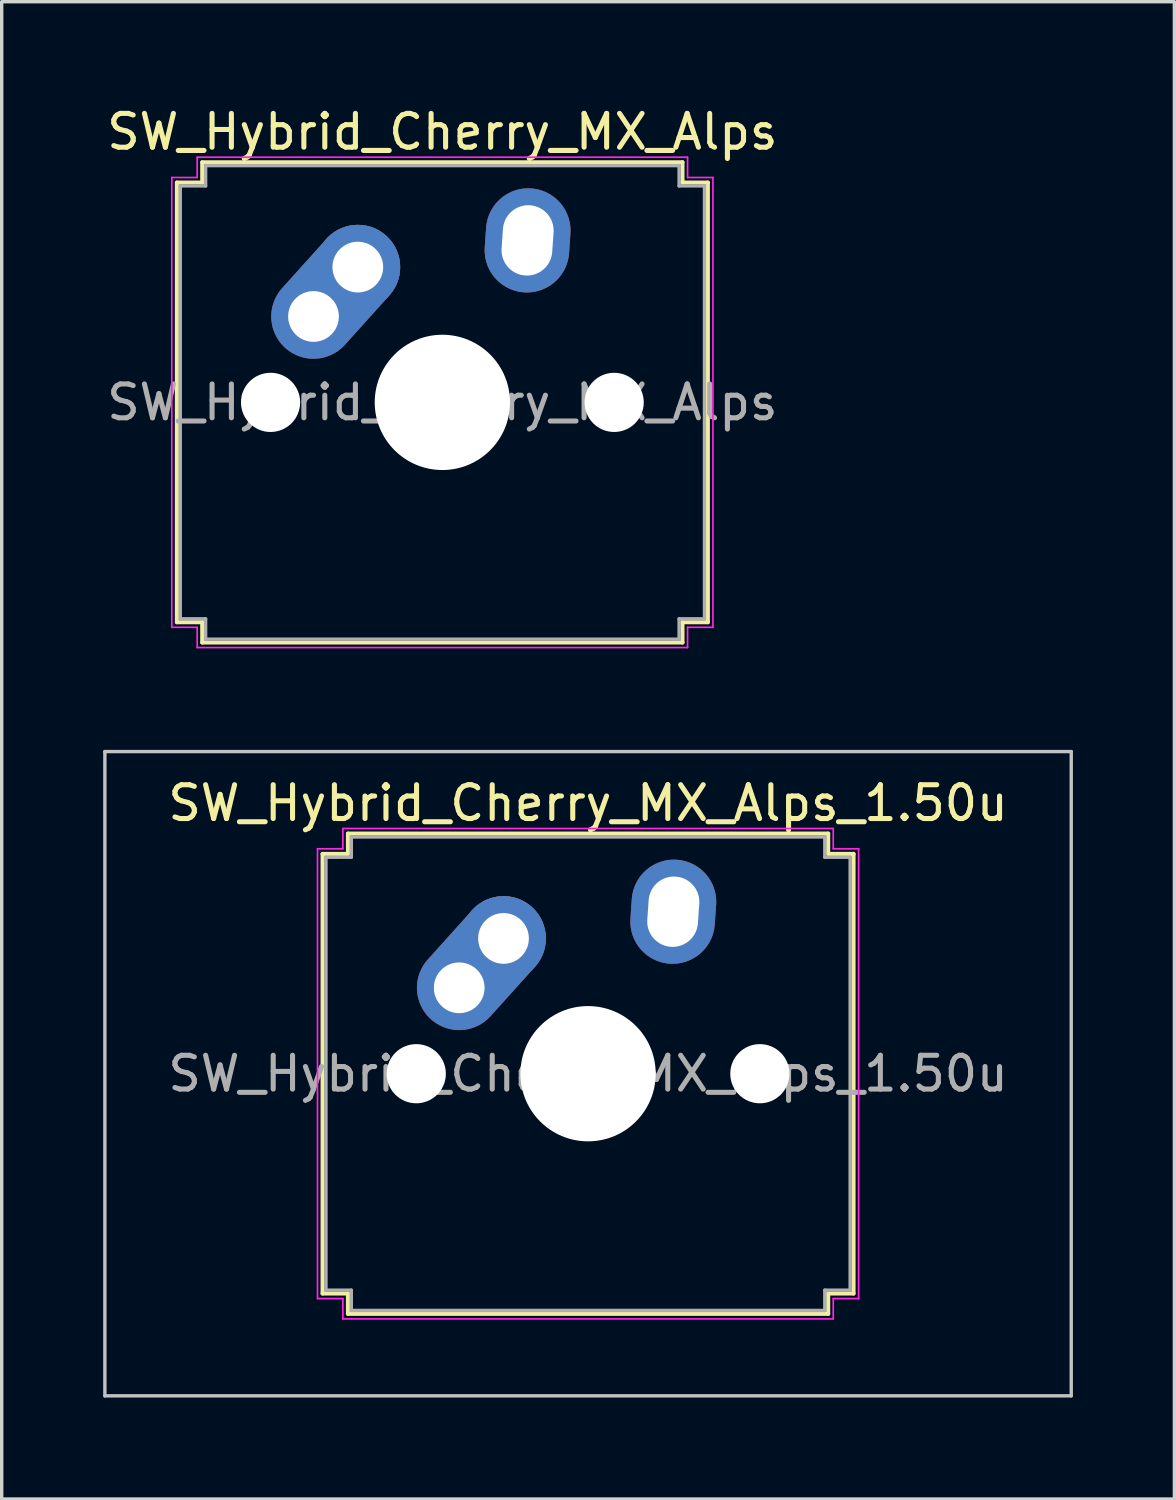
<source format=kicad_pcb>
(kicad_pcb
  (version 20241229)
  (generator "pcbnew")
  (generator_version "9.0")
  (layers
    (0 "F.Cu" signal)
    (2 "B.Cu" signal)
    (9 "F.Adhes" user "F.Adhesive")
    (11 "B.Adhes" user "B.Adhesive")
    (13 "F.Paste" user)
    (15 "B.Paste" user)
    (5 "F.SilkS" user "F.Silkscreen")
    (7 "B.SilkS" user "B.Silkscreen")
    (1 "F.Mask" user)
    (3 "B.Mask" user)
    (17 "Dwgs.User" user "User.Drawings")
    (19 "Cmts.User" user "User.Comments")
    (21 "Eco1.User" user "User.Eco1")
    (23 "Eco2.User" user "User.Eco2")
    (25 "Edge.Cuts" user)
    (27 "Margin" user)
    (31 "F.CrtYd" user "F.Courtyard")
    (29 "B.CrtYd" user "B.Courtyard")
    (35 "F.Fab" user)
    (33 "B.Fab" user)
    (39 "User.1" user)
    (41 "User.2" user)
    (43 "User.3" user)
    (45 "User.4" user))
  (footprint "SW_Hybrid_Cherry_MX_Alps_1.50u"
    (layer "F.Cu")
    (at 14.338 28.698)
    (property "Reference" "SW_Hybrid_Cherry_MX_Alps_1.50u" (at 0 -8 0) (layer "F.SilkS") (effects (font (size 1 1) (thickness 0.15))))
    (attr through_hole)
    (fp_line (start -7.85 -6.5) (end -7.1 -6.5) (stroke (width 0.12) (type solid)) (layer "F.SilkS"))
    (fp_line (start -7.85 6.5) (end -7.85 -6.5) (stroke (width 0.12) (type solid)) (layer "F.SilkS"))
    (fp_line (start -7.1 -7.1) (end 7.1 -7.1) (stroke (width 0.12) (type solid)) (layer "F.SilkS"))
    (fp_line (start -7.1 -6.5) (end -7.1 -7.1) (stroke (width 0.12) (type solid)) (layer "F.SilkS"))
    (fp_line (start -7.1 6.5) (end -7.85 6.5) (stroke (width 0.12) (type solid)) (layer "F.SilkS"))
    (fp_line (start -7.1 7.1) (end -7.1 6.5) (stroke (width 0.12) (type solid)) (layer "F.SilkS"))
    (fp_line (start 7.1 -7.1) (end 7.1 -6.5) (stroke (width 0.12) (type solid)) (layer "F.SilkS"))
    (fp_line (start 7.1 -6.5) (end 7.85 -6.5) (stroke (width 0.12) (type solid)) (layer "F.SilkS"))
    (fp_line (start 7.1 6.5) (end 7.1 7.1) (stroke (width 0.12) (type solid)) (layer "F.SilkS"))
    (fp_line (start 7.1 7.1) (end -7.1 7.1) (stroke (width 0.12) (type solid)) (layer "F.SilkS"))
    (fp_line (start 7.85 -6.5) (end 7.85 6.5) (stroke (width 0.12) (type solid)) (layer "F.SilkS"))
    (fp_line (start 7.85 6.5) (end 7.1 6.5) (stroke (width 0.12) (type solid)) (layer "F.SilkS"))
    (fp_line (start -14.287 -9.525) (end -14.287 9.525) (stroke (width 0.1) (type solid)) (layer "Dwgs.User"))
    (fp_line (start -14.287 9.525) (end 14.287 9.525) (stroke (width 0.1) (type solid)) (layer "Dwgs.User"))
    (fp_line (start 14.287 -9.525) (end -14.287 -9.525) (stroke (width 0.1) (type solid)) (layer "Dwgs.User"))
    (fp_line (start 14.287 9.525) (end 14.287 -9.525) (stroke (width 0.1) (type solid)) (layer "Dwgs.User"))
    (fp_line (start -8 -6.65) (end -7.25 -6.65) (stroke (width 0.05) (type solid)) (layer "F.CrtYd"))
    (fp_line (start -8 6.65) (end -8 -6.65) (stroke (width 0.05) (type solid)) (layer "F.CrtYd"))
    (fp_line (start -7.25 -7.25) (end 7.25 -7.25) (stroke (width 0.05) (type solid)) (layer "F.CrtYd"))
    (fp_line (start -7.25 -6.65) (end -7.25 -7.25) (stroke (width 0.05) (type solid)) (layer "F.CrtYd"))
    (fp_line (start -7.25 6.65) (end -8 6.65) (stroke (width 0.05) (type solid)) (layer "F.CrtYd"))
    (fp_line (start -7.25 7.25) (end -7.25 6.65) (stroke (width 0.05) (type solid)) (layer "F.CrtYd"))
    (fp_line (start 7.25 -7.25) (end 7.25 -6.65) (stroke (width 0.05) (type solid)) (layer "F.CrtYd"))
    (fp_line (start 7.25 -6.65) (end 8 -6.65) (stroke (width 0.05) (type solid)) (layer "F.CrtYd"))
    (fp_line (start 7.25 6.65) (end 7.25 7.25) (stroke (width 0.05) (type solid)) (layer "F.CrtYd"))
    (fp_line (start 7.25 7.25) (end -7.25 7.25) (stroke (width 0.05) (type solid)) (layer "F.CrtYd"))
    (fp_line (start 8 -6.65) (end 8 6.65) (stroke (width 0.05) (type solid)) (layer "F.CrtYd"))
    (fp_line (start 8 6.65) (end 7.25 6.65) (stroke (width 0.05) (type solid)) (layer "F.CrtYd"))
    (fp_line (start -7.75 -6.4) (end -7 -6.4) (stroke (width 0.1) (type solid)) (layer "F.Fab"))
    (fp_line (start -7.75 6.4) (end -7.75 -6.4) (stroke (width 0.1) (type solid)) (layer "F.Fab"))
    (fp_line (start -7 -7) (end 7 -7) (stroke (width 0.1) (type solid)) (layer "F.Fab"))
    (fp_line (start -7 -6.4) (end -7 -7) (stroke (width 0.1) (type solid)) (layer "F.Fab"))
    (fp_line (start -7 6.4) (end -7.75 6.4) (stroke (width 0.1) (type solid)) (layer "F.Fab"))
    (fp_line (start -7 7) (end -7 6.4) (stroke (width 0.1) (type solid)) (layer "F.Fab"))
    (fp_line (start 7 -7) (end 7 -6.4) (stroke (width 0.1) (type solid)) (layer "F.Fab"))
    (fp_line (start 7 -6.4) (end 7.75 -6.4) (stroke (width 0.1) (type solid)) (layer "F.Fab"))
    (fp_line (start 7 6.4) (end 7 7) (stroke (width 0.1) (type solid)) (layer "F.Fab"))
    (fp_line (start 7 7) (end -7 7) (stroke (width 0.1) (type solid)) (layer "F.Fab"))
    (fp_line (start 7.75 -6.4) (end 7.75 6.4) (stroke (width 0.1) (type solid)) (layer "F.Fab"))
    (fp_line (start 7.75 6.4) (end 7 6.4) (stroke (width 0.1) (type solid)) (layer "F.Fab"))
    (fp_text user "${REFERENCE}" (at 0 0 0) (layer "F.Fab") (effects (font (size 1 1) (thickness 0.15))))
    (pad "" np_thru_hole circle (at -5.08 0) (size 1.75 1.75) (drill 1.75) (layers "*.Cu" "*.Mask"))
    (pad "" np_thru_hole circle (at 0 0) (size 4 4) (drill 4) (layers "*.Cu" "*.Mask"))
    (pad "" np_thru_hole circle (at 5.08 0) (size 1.75 1.75) (drill 1.75) (layers "*.Cu" "*.Mask"))
    (pad "1" thru_hole oval (at -3.81 -2.54 48) (size 4.462 2.5) (drill 1.5 (offset 0.981 0)) (layers "*.Cu" "B.Mask"))
    (pad "1" thru_hole circle (at -2.5 -4) (size 2.5 2.5) (drill 1.5) (layers "*.Cu" "B.Mask"))
    (pad "2" thru_hole oval (at 2.52 -4.79 86) (size 3.081 2.5) (drill oval 2.081 1.5) (layers "*.Cu" "B.Mask")))
  (footprint "SW_Hybrid_Cherry_MX_Alps"
    (layer "F.Cu")
    (at 10.03 8.848)
    (property "Reference" "SW_Hybrid_Cherry_MX_Alps" (at 0 -8 0) (layer "F.SilkS") (effects (font (size 1 1) (thickness 0.15))))
    (attr through_hole)
    (fp_line (start -7.85 -6.5) (end -7.1 -6.5) (stroke (width 0.12) (type solid)) (layer "F.SilkS"))
    (fp_line (start -7.85 6.5) (end -7.85 -6.5) (stroke (width 0.12) (type solid)) (layer "F.SilkS"))
    (fp_line (start -7.1 -7.1) (end 7.1 -7.1) (stroke (width 0.12) (type solid)) (layer "F.SilkS"))
    (fp_line (start -7.1 -6.5) (end -7.1 -7.1) (stroke (width 0.12) (type solid)) (layer "F.SilkS"))
    (fp_line (start -7.1 6.5) (end -7.85 6.5) (stroke (width 0.12) (type solid)) (layer "F.SilkS"))
    (fp_line (start -7.1 7.1) (end -7.1 6.5) (stroke (width 0.12) (type solid)) (layer "F.SilkS"))
    (fp_line (start 7.1 -7.1) (end 7.1 -6.5) (stroke (width 0.12) (type solid)) (layer "F.SilkS"))
    (fp_line (start 7.1 -6.5) (end 7.85 -6.5) (stroke (width 0.12) (type solid)) (layer "F.SilkS"))
    (fp_line (start 7.1 6.5) (end 7.1 7.1) (stroke (width 0.12) (type solid)) (layer "F.SilkS"))
    (fp_line (start 7.1 7.1) (end -7.1 7.1) (stroke (width 0.12) (type solid)) (layer "F.SilkS"))
    (fp_line (start 7.85 -6.5) (end 7.85 6.5) (stroke (width 0.12) (type solid)) (layer "F.SilkS"))
    (fp_line (start 7.85 6.5) (end 7.1 6.5) (stroke (width 0.12) (type solid)) (layer "F.SilkS"))
    (fp_line (start -8 -6.65) (end -7.25 -6.65) (stroke (width 0.05) (type solid)) (layer "F.CrtYd"))
    (fp_line (start -8 6.65) (end -8 -6.65) (stroke (width 0.05) (type solid)) (layer "F.CrtYd"))
    (fp_line (start -7.25 -7.25) (end 7.25 -7.25) (stroke (width 0.05) (type solid)) (layer "F.CrtYd"))
    (fp_line (start -7.25 -6.65) (end -7.25 -7.25) (stroke (width 0.05) (type solid)) (layer "F.CrtYd"))
    (fp_line (start -7.25 6.65) (end -8 6.65) (stroke (width 0.05) (type solid)) (layer "F.CrtYd"))
    (fp_line (start -7.25 7.25) (end -7.25 6.65) (stroke (width 0.05) (type solid)) (layer "F.CrtYd"))
    (fp_line (start 7.25 -7.25) (end 7.25 -6.65) (stroke (width 0.05) (type solid)) (layer "F.CrtYd"))
    (fp_line (start 7.25 -6.65) (end 8 -6.65) (stroke (width 0.05) (type solid)) (layer "F.CrtYd"))
    (fp_line (start 7.25 6.65) (end 7.25 7.25) (stroke (width 0.05) (type solid)) (layer "F.CrtYd"))
    (fp_line (start 7.25 7.25) (end -7.25 7.25) (stroke (width 0.05) (type solid)) (layer "F.CrtYd"))
    (fp_line (start 8 -6.65) (end 8 6.65) (stroke (width 0.05) (type solid)) (layer "F.CrtYd"))
    (fp_line (start 8 6.65) (end 7.25 6.65) (stroke (width 0.05) (type solid)) (layer "F.CrtYd"))
    (fp_line (start -7.75 -6.4) (end -7 -6.4) (stroke (width 0.1) (type solid)) (layer "F.Fab"))
    (fp_line (start -7.75 6.4) (end -7.75 -6.4) (stroke (width 0.1) (type solid)) (layer "F.Fab"))
    (fp_line (start -7 -7) (end 7 -7) (stroke (width 0.1) (type solid)) (layer "F.Fab"))
    (fp_line (start -7 -6.4) (end -7 -7) (stroke (width 0.1) (type solid)) (layer "F.Fab"))
    (fp_line (start -7 6.4) (end -7.75 6.4) (stroke (width 0.1) (type solid)) (layer "F.Fab"))
    (fp_line (start -7 7) (end -7 6.4) (stroke (width 0.1) (type solid)) (layer "F.Fab"))
    (fp_line (start 7 -7) (end 7 -6.4) (stroke (width 0.1) (type solid)) (layer "F.Fab"))
    (fp_line (start 7 -6.4) (end 7.75 -6.4) (stroke (width 0.1) (type solid)) (layer "F.Fab"))
    (fp_line (start 7 6.4) (end 7 7) (stroke (width 0.1) (type solid)) (layer "F.Fab"))
    (fp_line (start 7 7) (end -7 7) (stroke (width 0.1) (type solid)) (layer "F.Fab"))
    (fp_line (start 7.75 -6.4) (end 7.75 6.4) (stroke (width 0.1) (type solid)) (layer "F.Fab"))
    (fp_line (start 7.75 6.4) (end 7 6.4) (stroke (width 0.1) (type solid)) (layer "F.Fab"))
    (fp_text user "${REFERENCE}" (at 0 0 0) (layer "F.Fab") (effects (font (size 1 1) (thickness 0.15))))
    (pad "" np_thru_hole circle (at -5.08 0) (size 1.75 1.75) (drill 1.75) (layers "*.Cu" "*.Mask"))
    (pad "" np_thru_hole circle (at 0 0) (size 4 4) (drill 4) (layers "*.Cu" "*.Mask"))
    (pad "" np_thru_hole circle (at 5.08 0) (size 1.75 1.75) (drill 1.75) (layers "*.Cu" "*.Mask"))
    (pad "1" thru_hole oval (at -3.81 -2.54 48) (size 4.462 2.5) (drill 1.5 (offset 0.981 0)) (layers "*.Cu" "B.Mask"))
    (pad "1" thru_hole circle (at -2.5 -4) (size 2.5 2.5) (drill 1.5) (layers "*.Cu" "B.Mask"))
    (pad "2" thru_hole oval (at 2.52 -4.79 86) (size 3.081 2.5) (drill oval 2.081 1.5) (layers "*.Cu" "B.Mask")))
  (gr_rect
    (start -3 -3)
    (end 31.675 41.273)
    (stroke (width 0.1) (type default))
    (fill no)
    (layer "Edge.Cuts")))
</source>
